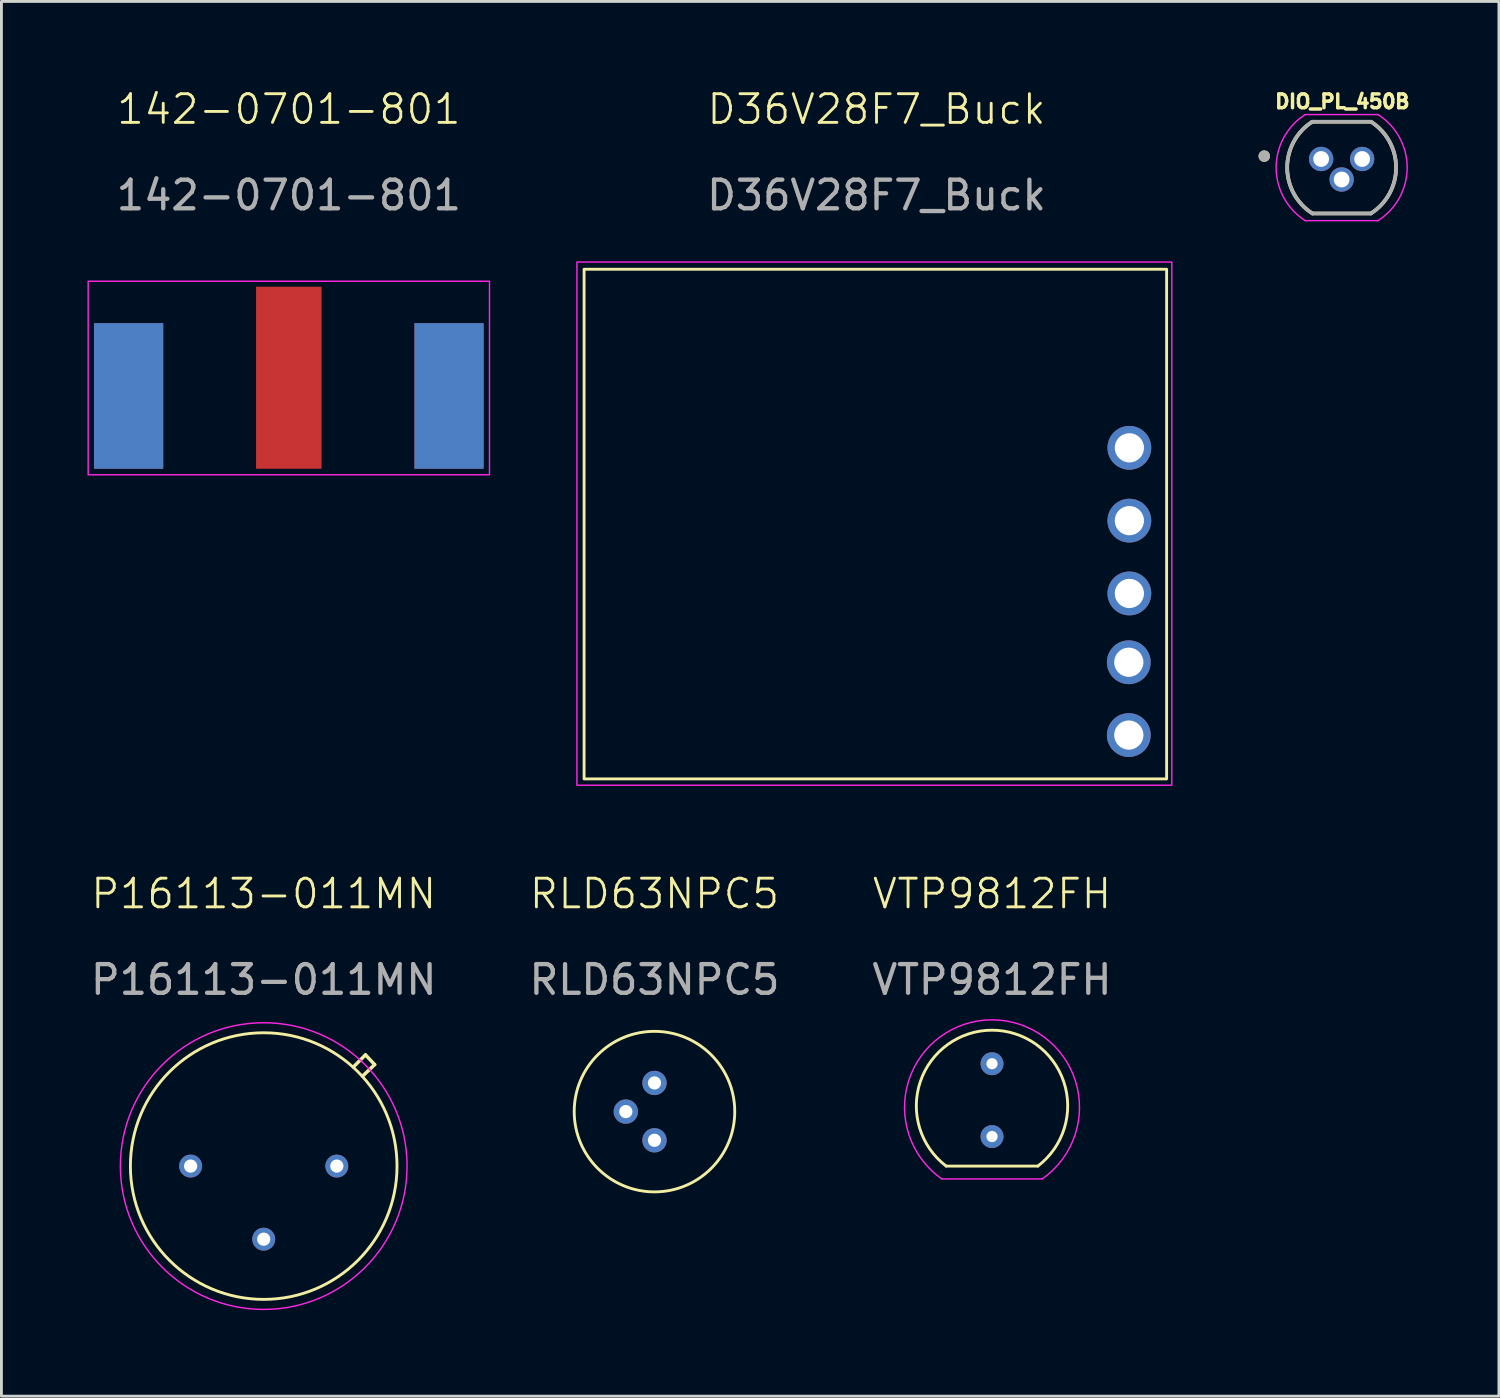
<source format=kicad_pcb>
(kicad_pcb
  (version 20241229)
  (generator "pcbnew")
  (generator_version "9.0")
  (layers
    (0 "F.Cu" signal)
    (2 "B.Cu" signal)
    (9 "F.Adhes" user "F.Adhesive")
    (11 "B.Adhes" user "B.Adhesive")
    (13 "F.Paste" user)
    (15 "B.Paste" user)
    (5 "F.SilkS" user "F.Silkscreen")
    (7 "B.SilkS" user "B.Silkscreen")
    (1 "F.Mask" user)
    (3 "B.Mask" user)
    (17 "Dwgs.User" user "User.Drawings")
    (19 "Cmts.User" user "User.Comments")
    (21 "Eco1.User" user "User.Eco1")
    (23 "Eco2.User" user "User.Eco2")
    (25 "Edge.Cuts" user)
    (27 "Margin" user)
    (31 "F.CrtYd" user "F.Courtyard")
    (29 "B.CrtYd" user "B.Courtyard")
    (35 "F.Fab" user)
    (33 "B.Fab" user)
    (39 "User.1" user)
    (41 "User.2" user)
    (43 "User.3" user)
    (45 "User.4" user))
  (footprint "142-0701-801"
    (layer "F.Cu")
    (at 7.025 10.761)
    (property "Reference" "142-0701-801" (at 0 -10 0) (unlocked yes) (layer "F.SilkS") (effects (font (size 1 1) (thickness 0.1))))
    (attr through_hole)
    (fp_rect (start 7 2.75) (end -7 -4) (stroke (width 0.05) (type default)) (fill no) (layer "F.CrtYd"))
    (fp_text user "${REFERENCE}" (at 0 -7 0) (unlocked yes) (layer "F.Fab") (effects (font (size 1 1) (thickness 0.15))))
    (pad "1" smd rect (at 0 -0.635 90) (size 6.35 2.286) (layers "F.Cu" "F.Mask" "F.Paste"))
    (pad "2" smd rect (at -5.588 0 90) (size 5.08 2.413) (layers "F.Cu" "F.Mask" "F.Paste"))
    (pad "2" smd rect (at -5.588 0 90) (size 5.08 2.413) (layers "B.Cu" "B.Mask" "B.Paste"))
    (pad "2" smd rect (at 5.588 0 90) (size 5.08 2.413) (layers "F.Cu" "F.Mask" "F.Paste"))
    (pad "2" smd rect (at 5.588 0 90) (size 5.08 2.413) (layers "B.Cu" "B.Mask" "B.Paste")))
  (footprint "RLD63NPC5"
    (layer "F.Cu")
    (at 19.78 35.726)
    (property "Reference" "RLD63NPC5" (at 0 -7.6 0) (unlocked yes) (layer "F.SilkS") (effects (font (size 1 1) (thickness 0.1))))
    (attr smd)
    (fp_circle (center 0 0) (end 2.8 0) (stroke (width 0.1) (type default)) (fill no) (layer "F.SilkS"))
    (fp_text user "${REFERENCE}" (at 0 -4.6 0) (unlocked yes) (layer "F.Fab") (effects (font (size 1 1) (thickness 0.15))))
    (pad "1" thru_hole circle (at 0 -1) (size 0.85 0.85) (drill 0.46) (layers "*.Cu" "*.Mask"))
    (pad "2" thru_hole circle (at 0 1) (size 0.85 0.85) (drill 0.46) (layers "*.Cu" "*.Mask"))
    (pad "3" thru_hole circle (at -1 0) (size 0.85 0.85) (drill 0.46) (layers "*.Cu" "*.Mask")))
  (footprint "DIO_PL_450B"
    (layer "F.Cu")
    (at 43.75 2.796)
    (property "Reference" "DIO_PL_450B" (at 0.024 -2.305 0) (layer "F.SilkS") (effects (font (size 0.48 0.48) (thickness 0.15))))
    (attr through_hole)
    (fp_line (start -1.02 1.6) (end 1.02 1.6) (stroke (width 0.127) (type solid)) (layer "F.SilkS"))
    (fp_line (start 1.02 -1.6) (end -1.02 -1.6) (stroke (width 0.127) (type solid)) (layer "F.SilkS"))
    (fp_arc (start -1.02 1.6) (mid -1.89779 0) (end -1.020001 -1.6) (stroke (width 0.127) (type solid)) (layer "F.SilkS"))
    (fp_arc (start 1.020001 -1.6) (mid 1.897791 0) (end 1.02 1.6) (stroke (width 0.127) (type solid)) (layer "F.SilkS"))
    (fp_circle (center -2.7 -0.4) (end -2.6 -0.4) (stroke (width 0.2) (type solid)) (fill no) (layer "F.SilkS"))
    (fp_line (start -1.27 1.85) (end 1.27 1.85) (stroke (width 0.05) (type solid)) (layer "F.CrtYd"))
    (fp_line (start 1.27 -1.85) (end -1.27 -1.85) (stroke (width 0.05) (type solid)) (layer "F.CrtYd"))
    (fp_arc (start -1.27 1.85) (mid -2.284945 0) (end -1.27 -1.85) (stroke (width 0.05) (type solid)) (layer "F.CrtYd"))
    (fp_arc (start 1.27 -1.85) (mid 2.284945 0) (end 1.27 1.85) (stroke (width 0.05) (type solid)) (layer "F.CrtYd"))
    (fp_line (start -1.02 1.6) (end 1.02 1.6) (stroke (width 0.127) (type solid)) (layer "F.Fab"))
    (fp_line (start 1.02 -1.6) (end -1.02 -1.6) (stroke (width 0.127) (type solid)) (layer "F.Fab"))
    (fp_arc (start -1.02 1.6) (mid -1.90279 0.002744) (end -1.03 -1.599999) (stroke (width 0.127) (type solid)) (layer "F.Fab"))
    (fp_arc (start 1.03 -1.599999) (mid 1.90279 0.002744) (end 1.02 1.6) (stroke (width 0.127) (type solid)) (layer "F.Fab"))
    (fp_circle (center -2.7 -0.4) (end -2.6 -0.4) (stroke (width 0.2) (type solid)) (fill no) (layer "F.Fab"))
    (pad "1" thru_hole circle (at -0.715 -0.3) (size 0.85 0.85) (drill 0.55) (layers "*.Cu" "*.Mask"))
    (pad "2" thru_hole circle (at 0 0.415) (size 0.85 0.85) (drill 0.55) (layers "*.Cu" "*.Mask"))
    (pad "3" thru_hole circle (at 0.715 -0.3) (size 0.85 0.85) (drill 0.55) (layers "*.Cu" "*.Mask")))
  (footprint "D36V28F7_Buck"
    (layer "F.Cu")
    (at 27.575 11.841)
    (property "Reference" "D36V28F7_Buck" (at -0.05 -11.08 0) (unlocked yes) (layer "F.SilkS") (effects (font (size 1 1) (thickness 0.1))))
    (attr smd)
    (fp_rect (start -10.25 -5.5) (end 10.07 12.28) (stroke (width 0.1) (type default)) (fill no) (layer "F.SilkS"))
    (fp_rect (start -10.5 -5.75) (end 10.25 12.5) (stroke (width 0.05) (type default)) (fill no) (layer "F.CrtYd"))
    (fp_text user "${REFERENCE}" (at -0.05 -8.08 0) (unlocked yes) (layer "F.Fab") (effects (font (size 1 1) (thickness 0.15))))
    (pad "EN" thru_hole circle (at 8.77 0.73 270) (size 1.528 1.528) (drill 1.02) (layers "*.Cu" "*.Mask"))
    (pad "GND" thru_hole circle (at 8.75 8.21 270) (size 1.528 1.528) (drill 1.02) (layers "*.Cu" "*.Mask"))
    (pad "GND" thru_hole circle (at 8.77 5.81 270) (size 1.528 1.528) (drill 1.02) (layers "*.Cu" "*.Mask"))
    (pad "VIN" thru_hole circle (at 8.77 3.27 270) (size 1.528 1.528) (drill 1.02) (layers "*.Cu" "*.Mask"))
    (pad "VOUT" thru_hole circle (at 8.75 10.75 270) (size 1.528 1.528) (drill 1.02) (layers "*.Cu" "*.Mask")))
  (footprint "VTP9812FH"
    (layer "F.Cu")
    (at 31.554 35.326)
    (property "Reference" "VTP9812FH" (at 0 -7.2 0) (unlocked yes) (layer "F.SilkS") (effects (font (size 1 1) (thickness 0.1))))
    (attr through_hole)
    (fp_line (start -1.6 2.3) (end 1.6 2.3) (stroke (width 0.1) (type default)) (layer "F.SilkS"))
    (fp_arc (start -1.6 2.299999) (mid 0 -2.440075) (end 1.6 2.299999) (stroke (width 0.1) (type default)) (layer "F.SilkS"))
    (fp_line (start -1.75 2.75) (end 1.75 2.75) (stroke (width 0.05) (type default)) (layer "F.CrtYd"))
    (fp_arc (start -1.749999 2.75) (mid 0 -2.801637) (end 1.749999 2.75) (stroke (width 0.05) (type default)) (layer "F.CrtYd"))
    (fp_text user "${REFERENCE}" (at 0 -4.2 0) (unlocked yes) (layer "F.Fab") (effects (font (size 1 1) (thickness 0.15))))
    (pad "AN" thru_hole circle (at 0 -1.27) (size 0.8 0.8) (drill 0.39) (layers "*.Cu" "*.Mask"))
    (pad "CAT" thru_hole circle (at 0 1.27) (size 0.8 0.8) (drill 0.39) (layers "*.Cu" "*.Mask")))
  (footprint "P16113-011MN"
    (layer "F.Cu")
    (at 6.149 37.626)
    (property "Reference" "P16113-011MN" (at 0 -9.5 0) (unlocked yes) (layer "F.SilkS") (effects (font (size 1 1) (thickness 0.1))))
    (attr smd)
    (fp_line (start 3.13 -3.46) (end 3.55 -3.88) (stroke (width 0.12) (type default)) (layer "F.SilkS"))
    (fp_line (start 3.55 -3.88) (end 3.87 -3.54) (stroke (width 0.12) (type default)) (layer "F.SilkS"))
    (fp_line (start 3.87 -3.54) (end 3.45 -3.14) (stroke (width 0.12) (type default)) (layer "F.SilkS"))
    (fp_circle (center 0 0) (end 4.65 0) (stroke (width 0.1) (type default)) (fill no) (layer "F.SilkS"))
    (fp_circle (center 0 0) (end 0 -5) (stroke (width 0.05) (type default)) (fill no) (layer "F.CrtYd"))
    (fp_text user "${REFERENCE}" (at 0 -6.5 0) (unlocked yes) (layer "F.Fab") (effects (font (size 1 1) (thickness 0.15))))
    (pad "1" thru_hole circle (at 2.55 0) (size 0.8 0.8) (drill 0.46) (layers "*.Cu" "*.Mask"))
    (pad "2" thru_hole circle (at 0 2.55) (size 0.8 0.8) (drill 0.46) (layers "*.Cu" "*.Mask"))
    (pad "3" thru_hole circle (at -2.55 0) (size 0.8 0.8) (drill 0.46) (layers "*.Cu" "*.Mask")))
  (gr_rect
    (start -3 -3)
    (end 49.237 45.651)
    (stroke (width 0.1) (type default))
    (fill no)
    (layer "Edge.Cuts")))
</source>
